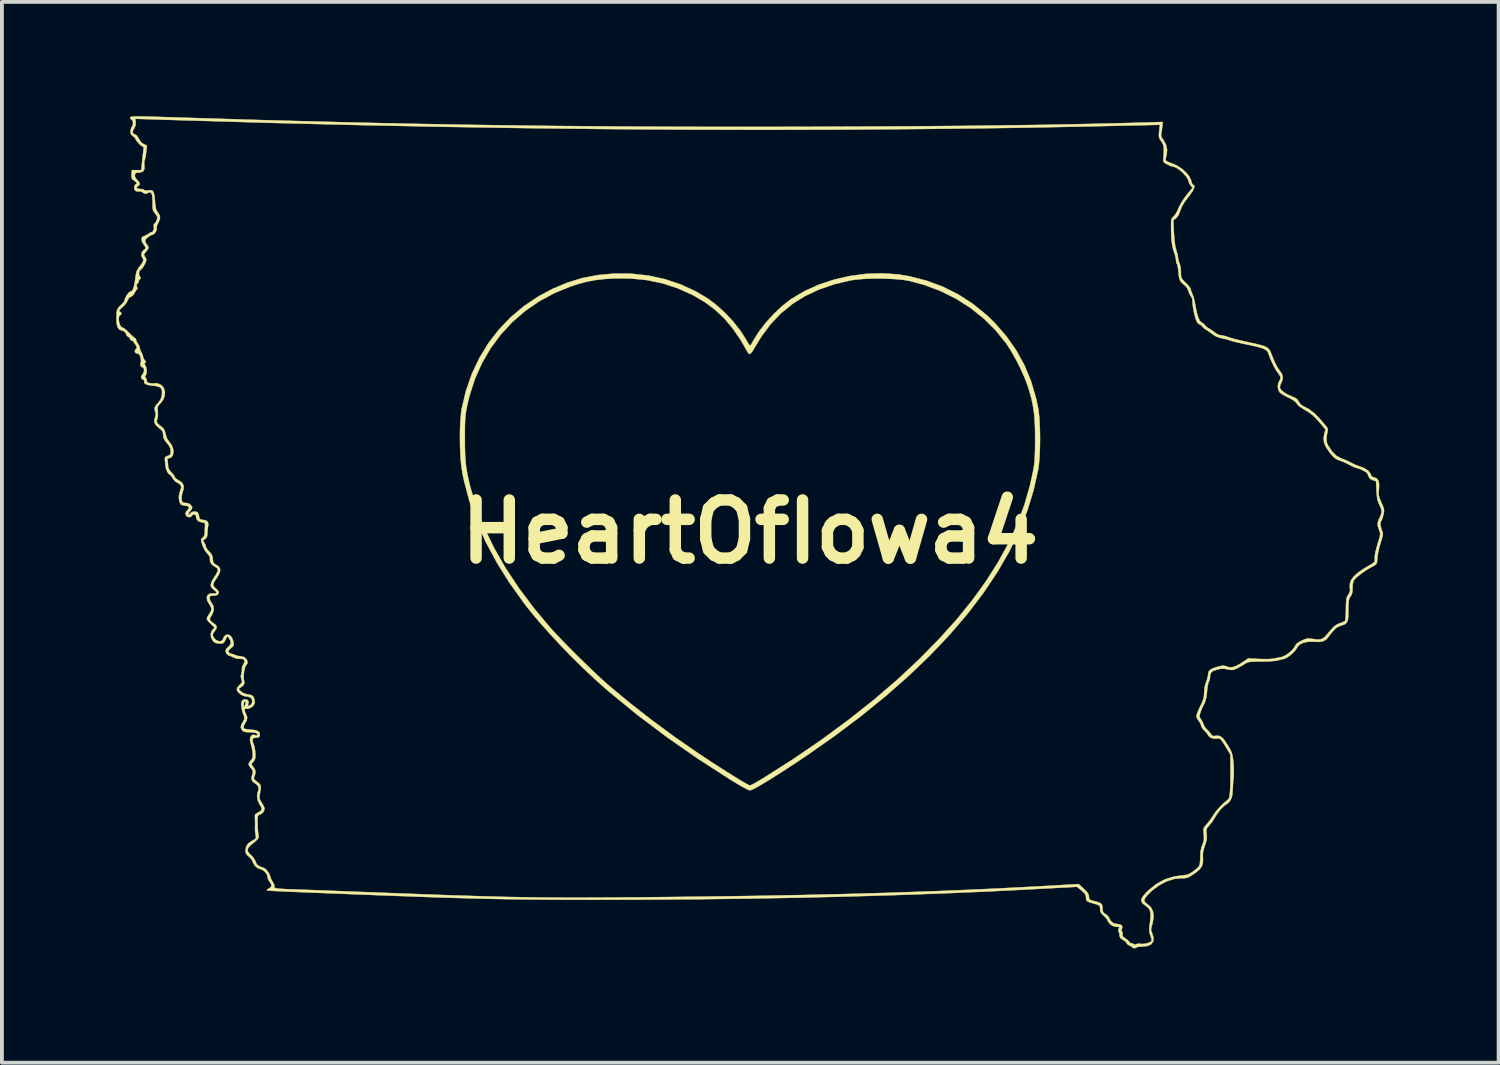
<source format=kicad_pcb>
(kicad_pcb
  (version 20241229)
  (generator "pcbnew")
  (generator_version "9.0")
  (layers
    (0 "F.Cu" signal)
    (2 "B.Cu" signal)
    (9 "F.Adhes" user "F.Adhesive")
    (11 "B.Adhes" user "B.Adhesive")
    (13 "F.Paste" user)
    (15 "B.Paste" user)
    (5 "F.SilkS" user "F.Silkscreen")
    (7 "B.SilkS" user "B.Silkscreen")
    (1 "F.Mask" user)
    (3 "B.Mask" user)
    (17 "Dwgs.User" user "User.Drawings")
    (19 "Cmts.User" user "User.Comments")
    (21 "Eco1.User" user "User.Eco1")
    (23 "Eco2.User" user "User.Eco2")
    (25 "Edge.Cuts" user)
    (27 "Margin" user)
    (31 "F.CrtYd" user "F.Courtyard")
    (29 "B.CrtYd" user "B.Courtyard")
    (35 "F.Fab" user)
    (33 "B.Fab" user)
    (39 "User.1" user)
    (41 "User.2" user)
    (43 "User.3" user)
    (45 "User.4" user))
  (footprint "HeartOfIowa4"
    (layer "F.Cu")
    (at 16.622 10.899)
    (property "Reference" "HeartOfIowa4" (at 0 0 0) (layer "F.SilkS") (effects (font (size 1.524 1.524) (thickness 0.3))))
    (attr through_hole)
    (fp_poly (pts (xy 3.869 -6.754) (xy 4.166 -6.706) (xy 4.627 -6.588) (xy 5.06 -6.428) (xy 5.467 -6.224) (xy 5.849 -5.977) (xy 6.207 -5.685) (xy 6.416 -5.483) (xy 6.721 -5.134) (xy 6.982 -4.763) (xy 7.199 -4.369) (xy 7.372 -3.949) (xy 7.504 -3.501) (xy 7.559 -3.239) (xy 7.581 -3.082) (xy 7.596 -2.887) (xy 7.605 -2.667) (xy 7.608 -2.435) (xy 7.605 -2.202) (xy 7.596 -1.982) (xy 7.58 -1.787) (xy 7.56 -1.638) (xy 7.439 -1.092) (xy 7.273 -0.551) (xy 7.059 -0.013) (xy 6.798 0.522) (xy 6.488 1.057) (xy 6.13 1.593) (xy 5.721 2.131) (xy 5.688 2.172) (xy 5.229 2.707) (xy 4.721 3.242) (xy 4.165 3.775) (xy 3.563 4.305) (xy 2.916 4.831) (xy 2.225 5.351) (xy 1.492 5.865) (xy 1.254 6.024) (xy 0.988 6.199) (xy 0.748 6.354) (xy 0.537 6.487) (xy 0.357 6.597) (xy 0.21 6.683) (xy 0.099 6.743) (xy 0.025 6.775) (xy -0.002 6.782) (xy -0.042 6.769) (xy -0.117 6.732) (xy -0.22 6.676) (xy -0.343 6.605) (xy -0.479 6.523) (xy -0.495 6.513) (xy -1.361 5.954) (xy -2.179 5.385) (xy -2.951 4.804) (xy -3.678 4.21) (xy -3.785 4.118) (xy -4.071 3.863) (xy -4.368 3.583) (xy -4.669 3.287) (xy -4.965 2.982) (xy -5.249 2.676) (xy -5.514 2.378) (xy -5.752 2.095) (xy -5.921 1.88) (xy -6.308 1.338) (xy -6.645 0.799) (xy -6.933 0.262) (xy -7.171 -0.276) (xy -7.362 -0.814) (xy -7.505 -1.356) (xy -7.549 -1.575) (xy -7.574 -1.753) (xy -7.593 -1.966) (xy -7.604 -2.201) (xy -7.608 -2.438) (xy -7.479 -2.438) (xy -7.478 -2.208) (xy -7.472 -2.016) (xy -7.461 -1.848) (xy -7.444 -1.693) (xy -7.418 -1.537) (xy -7.382 -1.368) (xy -7.335 -1.172) (xy -7.327 -1.142) (xy -7.172 -0.623) (xy -6.967 -0.1) (xy -6.711 0.427) (xy -6.407 0.957) (xy -6.054 1.489) (xy -5.653 2.022) (xy -5.239 2.515) (xy -5.104 2.663) (xy -4.939 2.837) (xy -4.752 3.029) (xy -4.552 3.229) (xy -4.347 3.431) (xy -4.145 3.626) (xy -3.954 3.805) (xy -3.783 3.961) (xy -3.683 4.049) (xy -3.139 4.5) (xy -2.561 4.951) (xy -1.961 5.392) (xy -1.356 5.811) (xy -1.346 5.817) (xy -1.17 5.934) (xy -0.989 6.053) (xy -0.808 6.169) (xy -0.633 6.281) (xy -0.469 6.384) (xy -0.322 6.475) (xy -0.196 6.551) (xy -0.097 6.608) (xy -0.031 6.644) (xy -0.003 6.655) (xy 0.031 6.642) (xy 0.099 6.607) (xy 0.192 6.555) (xy 0.302 6.49) (xy 0.345 6.464) (xy 1.13 5.965) (xy 1.88 5.452) (xy 2.591 4.928) (xy 3.262 4.396) (xy 3.888 3.858) (xy 4.454 3.327) (xy 4.959 2.812) (xy 5.416 2.305) (xy 5.825 1.802) (xy 6.187 1.302) (xy 6.504 0.803) (xy 6.778 0.304) (xy 7.008 -0.198) (xy 7.197 -0.706) (xy 7.345 -1.22) (xy 7.433 -1.626) (xy 7.45 -1.73) (xy 7.463 -1.844) (xy 7.471 -1.978) (xy 7.477 -2.141) (xy 7.479 -2.34) (xy 7.479 -2.438) (xy 7.477 -2.704) (xy 7.467 -2.931) (xy 7.449 -3.132) (xy 7.42 -3.318) (xy 7.38 -3.503) (xy 7.326 -3.697) (xy 7.288 -3.816) (xy 7.216 -4.013) (xy 7.119 -4.233) (xy 7.007 -4.461) (xy 6.886 -4.68) (xy 6.766 -4.875) (xy 6.713 -4.952) (xy 6.439 -5.291) (xy 6.127 -5.6) (xy 5.78 -5.875) (xy 5.403 -6.115) (xy 4.999 -6.316) (xy 4.573 -6.476) (xy 4.176 -6.583) (xy 4.019 -6.609) (xy 3.825 -6.627) (xy 3.606 -6.639) (xy 3.376 -6.644) (xy 3.148 -6.641) (xy 2.934 -6.63) (xy 2.747 -6.612) (xy 2.648 -6.597) (xy 2.209 -6.493) (xy 1.808 -6.355) (xy 1.442 -6.183) (xy 1.11 -5.975) (xy 0.81 -5.73) (xy 0.54 -5.446) (xy 0.299 -5.123) (xy 0.152 -4.882) (xy 0.086 -4.77) (xy 0.037 -4.699) (xy 0.001 -4.666) (xy -0.028 -4.667) (xy -0.052 -4.697) (xy -0.054 -4.701) (xy -0.252 -5.043) (xy -0.457 -5.341) (xy -0.676 -5.599) (xy -0.913 -5.823) (xy -1.174 -6.018) (xy -1.464 -6.19) (xy -1.514 -6.216) (xy -1.902 -6.39) (xy -2.298 -6.519) (xy -2.706 -6.603) (xy -3.134 -6.645) (xy -3.531 -6.647) (xy -3.809 -6.631) (xy -4.054 -6.603) (xy -4.285 -6.56) (xy -4.518 -6.497) (xy -4.701 -6.437) (xy -5.13 -6.262) (xy -5.53 -6.046) (xy -5.899 -5.791) (xy -6.236 -5.5) (xy -6.537 -5.175) (xy -6.801 -4.818) (xy -7.027 -4.431) (xy -7.213 -4.017) (xy -7.356 -3.576) (xy -7.422 -3.296) (xy -7.442 -3.192) (xy -7.457 -3.096) (xy -7.467 -2.997) (xy -7.474 -2.886) (xy -7.478 -2.751) (xy -7.479 -2.583) (xy -7.479 -2.438) (xy -7.608 -2.438) (xy -7.608 -2.446) (xy -7.606 -2.688) (xy -7.595 -2.914) (xy -7.578 -3.113) (xy -7.56 -3.239) (xy -7.449 -3.702) (xy -7.296 -4.142) (xy -7.099 -4.557) (xy -6.863 -4.945) (xy -6.587 -5.303) (xy -6.275 -5.629) (xy -5.927 -5.921) (xy -5.546 -6.177) (xy -5.194 -6.365) (xy -4.797 -6.533) (xy -4.401 -6.655) (xy -3.995 -6.734) (xy -3.569 -6.773) (xy -3.112 -6.77) (xy -2.665 -6.721) (xy -2.231 -6.626) (xy -1.815 -6.487) (xy -1.421 -6.306) (xy -1.118 -6.126) (xy -0.888 -5.954) (xy -0.661 -5.749) (xy -0.447 -5.522) (xy -0.259 -5.284) (xy -0.107 -5.049) (xy -0.096 -5.029) (xy -0.052 -4.953) (xy -0.018 -4.899) (xy -0.000115 -4.877) (xy 0 -4.877) (xy 0.018 -4.898) (xy 0.052 -4.952) (xy 0.094 -5.026) (xy 0.238 -5.255) (xy 0.418 -5.488) (xy 0.623 -5.713) (xy 0.841 -5.919) (xy 1.062 -6.092) (xy 1.094 -6.114) (xy 1.436 -6.316) (xy 1.808 -6.483) (xy 2.205 -6.615) (xy 2.616 -6.709) (xy 3.036 -6.765) (xy 3.456 -6.78) (xy 3.869 -6.754)) (stroke (width 0.01) (type solid)) (fill yes) (layer "F.SilkS"))
    (fp_poly (pts (xy -15.988 -10.894) (xy -15.871 -10.892) (xy -15.724 -10.889) (xy -15.545 -10.884) (xy -15.329 -10.877) (xy -15.073 -10.87) (xy -14.774 -10.86) (xy -14.428 -10.849) (xy -14.338 -10.847) (xy -13.126 -10.809) (xy -11.945 -10.776) (xy -10.79 -10.746) (xy -9.655 -10.719) (xy -8.532 -10.696) (xy -7.416 -10.676) (xy -6.301 -10.66) (xy -5.18 -10.646) (xy -4.046 -10.636) (xy -2.894 -10.628) (xy -1.716 -10.623) (xy -0.507 -10.621) (xy 0.739 -10.622) (xy 2.03 -10.625) (xy 2.083 -10.626) (xy 3.02 -10.63) (xy 3.908 -10.634) (xy 4.75 -10.64) (xy 5.55 -10.647) (xy 6.308 -10.656) (xy 7.027 -10.665) (xy 7.711 -10.675) (xy 8.361 -10.687) (xy 8.98 -10.7) (xy 9.57 -10.714) (xy 10.134 -10.729) (xy 10.259 -10.733) (xy 10.827 -10.75) (xy 10.813 -10.614) (xy 10.802 -10.526) (xy 10.79 -10.453) (xy 10.783 -10.426) (xy 10.786 -10.37) (xy 10.829 -10.296) (xy 10.843 -10.278) (xy 10.912 -10.154) (xy 10.941 -10.017) (xy 10.926 -9.881) (xy 10.922 -9.869) (xy 10.906 -9.8) (xy 10.903 -9.75) (xy 10.905 -9.744) (xy 10.934 -9.719) (xy 10.997 -9.689) (xy 11.06 -9.666) (xy 11.194 -9.609) (xy 11.321 -9.528) (xy 11.431 -9.432) (xy 11.517 -9.329) (xy 11.569 -9.228) (xy 11.581 -9.166) (xy 11.603 -9.121) (xy 11.62 -9.109) (xy 11.655 -9.077) (xy 11.651 -9.018) (xy 11.608 -8.932) (xy 11.525 -8.816) (xy 11.497 -8.781) (xy 11.399 -8.65) (xy 11.332 -8.538) (xy 11.289 -8.429) (xy 11.289 -8.429) (xy 11.241 -8.307) (xy 11.182 -8.231) (xy 11.173 -8.223) (xy 11.103 -8.172) (xy 11.118 -7.851) (xy 11.133 -7.649) (xy 11.155 -7.49) (xy 11.18 -7.394) (xy 11.206 -7.304) (xy 11.223 -7.223) (xy 11.227 -7.187) (xy 11.239 -7.113) (xy 11.265 -7.045) (xy 11.287 -6.975) (xy 11.3 -6.876) (xy 11.303 -6.813) (xy 11.304 -6.728) (xy 11.314 -6.67) (xy 11.341 -6.623) (xy 11.392 -6.568) (xy 11.43 -6.53) (xy 11.494 -6.464) (xy 11.539 -6.408) (xy 11.557 -6.374) (xy 11.557 -6.374) (xy 11.567 -6.332) (xy 11.592 -6.265) (xy 11.604 -6.237) (xy 11.632 -6.159) (xy 11.66 -6.053) (xy 11.681 -5.947) (xy 11.717 -5.758) (xy 11.758 -5.618) (xy 11.804 -5.527) (xy 11.853 -5.485) (xy 11.906 -5.452) (xy 11.929 -5.422) (xy 11.961 -5.385) (xy 12.018 -5.345) (xy 12.024 -5.342) (xy 12.096 -5.298) (xy 12.173 -5.24) (xy 12.187 -5.229) (xy 12.269 -5.175) (xy 12.344 -5.156) (xy 12.412 -5.147) (xy 12.499 -5.123) (xy 12.543 -5.107) (xy 12.611 -5.085) (xy 12.716 -5.056) (xy 12.849 -5.023) (xy 12.996 -4.989) (xy 13.094 -4.968) (xy 13.268 -4.93) (xy 13.4 -4.897) (xy 13.496 -4.866) (xy 13.563 -4.832) (xy 13.609 -4.793) (xy 13.642 -4.745) (xy 13.666 -4.69) (xy 13.738 -4.508) (xy 13.804 -4.367) (xy 13.861 -4.27) (xy 13.885 -4.24) (xy 13.955 -4.137) (xy 13.977 -4.033) (xy 13.95 -3.933) (xy 13.942 -3.92) (xy 13.91 -3.851) (xy 13.898 -3.788) (xy 13.898 -3.78) (xy 13.928 -3.725) (xy 13.997 -3.664) (xy 14.096 -3.603) (xy 14.214 -3.55) (xy 14.231 -3.543) (xy 14.316 -3.505) (xy 14.367 -3.46) (xy 14.391 -3.416) (xy 14.443 -3.342) (xy 14.5 -3.303) (xy 14.663 -3.216) (xy 14.821 -3.095) (xy 14.953 -2.958) (xy 15.019 -2.878) (xy 15.079 -2.808) (xy 15.12 -2.763) (xy 15.122 -2.761) (xy 15.156 -2.698) (xy 15.153 -2.645) (xy 15.126 -2.513) (xy 15.12 -2.414) (xy 15.133 -2.333) (xy 15.159 -2.271) (xy 15.263 -2.11) (xy 15.385 -1.991) (xy 15.522 -1.919) (xy 15.525 -1.918) (xy 15.624 -1.881) (xy 15.723 -1.836) (xy 15.76 -1.816) (xy 15.85 -1.771) (xy 15.945 -1.733) (xy 15.964 -1.727) (xy 16.113 -1.669) (xy 16.216 -1.603) (xy 16.272 -1.529) (xy 16.277 -1.513) (xy 16.305 -1.453) (xy 16.355 -1.429) (xy 16.366 -1.427) (xy 16.439 -1.402) (xy 16.483 -1.343) (xy 16.502 -1.247) (xy 16.497 -1.119) (xy 16.49 -1.024) (xy 16.493 -0.953) (xy 16.51 -0.886) (xy 16.545 -0.801) (xy 16.562 -0.763) (xy 16.604 -0.67) (xy 16.626 -0.606) (xy 16.632 -0.552) (xy 16.624 -0.492) (xy 16.614 -0.445) (xy 16.593 -0.366) (xy 16.571 -0.309) (xy 16.559 -0.291) (xy 16.539 -0.252) (xy 16.538 -0.181) (xy 16.555 -0.094) (xy 16.575 -0.039) (xy 16.595 0.017) (xy 16.601 0.065) (xy 16.59 0.125) (xy 16.565 0.212) (xy 16.513 0.386) (xy 16.478 0.528) (xy 16.459 0.649) (xy 16.453 0.724) (xy 16.446 0.801) (xy 16.428 0.847) (xy 16.387 0.879) (xy 16.345 0.902) (xy 16.237 0.961) (xy 16.123 1.034) (xy 16.015 1.11) (xy 15.924 1.183) (xy 15.86 1.244) (xy 15.842 1.268) (xy 15.81 1.362) (xy 15.804 1.483) (xy 15.8 1.59) (xy 15.778 1.657) (xy 15.77 1.668) (xy 15.737 1.714) (xy 15.715 1.767) (xy 15.702 1.837) (xy 15.696 1.937) (xy 15.696 2.076) (xy 15.696 2.076) (xy 15.694 2.214) (xy 15.682 2.311) (xy 15.657 2.377) (xy 15.612 2.42) (xy 15.543 2.449) (xy 15.5 2.462) (xy 15.425 2.491) (xy 15.367 2.527) (xy 15.36 2.533) (xy 15.283 2.618) (xy 15.23 2.679) (xy 15.192 2.73) (xy 15.174 2.755) (xy 15.108 2.83) (xy 15.023 2.874) (xy 14.908 2.889) (xy 14.798 2.884) (xy 14.646 2.883) (xy 14.517 2.908) (xy 14.418 2.956) (xy 14.356 3.024) (xy 14.35 3.038) (xy 14.308 3.106) (xy 14.236 3.182) (xy 14.15 3.255) (xy 14.066 3.31) (xy 14.01 3.332) (xy 13.932 3.35) (xy 13.843 3.372) (xy 13.83 3.376) (xy 13.766 3.386) (xy 13.664 3.395) (xy 13.539 3.401) (xy 13.404 3.403) (xy 13.399 3.403) (xy 13.259 3.404) (xy 13.16 3.408) (xy 13.091 3.416) (xy 13.043 3.429) (xy 13.004 3.448) (xy 12.992 3.456) (xy 12.924 3.498) (xy 12.836 3.548) (xy 12.791 3.573) (xy 12.715 3.609) (xy 12.658 3.624) (xy 12.594 3.621) (xy 12.523 3.607) (xy 12.426 3.591) (xy 12.345 3.593) (xy 12.251 3.614) (xy 12.238 3.618) (xy 12.146 3.652) (xy 12.094 3.693) (xy 12.07 3.757) (xy 12.065 3.837) (xy 12.054 3.898) (xy 12.036 3.931) (xy 12.021 3.968) (xy 12.005 4.042) (xy 11.992 4.141) (xy 11.988 4.189) (xy 11.968 4.346) (xy 11.939 4.458) (xy 11.919 4.501) (xy 11.88 4.576) (xy 11.84 4.67) (xy 11.823 4.715) (xy 11.798 4.791) (xy 11.791 4.839) (xy 11.802 4.876) (xy 11.831 4.92) (xy 11.873 4.992) (xy 11.901 5.062) (xy 11.901 5.063) (xy 11.933 5.127) (xy 11.986 5.186) (xy 11.988 5.188) (xy 12.047 5.245) (xy 12.089 5.304) (xy 12.09 5.305) (xy 12.118 5.344) (xy 12.16 5.357) (xy 12.218 5.352) (xy 12.285 5.349) (xy 12.341 5.365) (xy 12.394 5.405) (xy 12.452 5.476) (xy 12.523 5.586) (xy 12.536 5.607) (xy 12.594 5.705) (xy 12.631 5.783) (xy 12.654 5.859) (xy 12.669 5.952) (xy 12.679 6.045) (xy 12.688 6.173) (xy 12.691 6.302) (xy 12.688 6.411) (xy 12.685 6.439) (xy 12.674 6.55) (xy 12.666 6.679) (xy 12.662 6.769) (xy 12.647 6.919) (xy 12.611 7.029) (xy 12.55 7.109) (xy 12.492 7.148) (xy 12.418 7.204) (xy 12.334 7.292) (xy 12.253 7.397) (xy 12.186 7.506) (xy 12.181 7.514) (xy 12.138 7.584) (xy 12.077 7.664) (xy 12.049 7.697) (xy 11.997 7.758) (xy 11.973 7.807) (xy 11.969 7.865) (xy 11.976 7.93) (xy 11.982 8.021) (xy 11.971 8.106) (xy 11.94 8.208) (xy 11.931 8.23) (xy 11.894 8.345) (xy 11.879 8.445) (xy 11.881 8.552) (xy 11.881 8.67) (xy 11.855 8.765) (xy 11.798 8.849) (xy 11.703 8.932) (xy 11.628 8.984) (xy 11.542 9.039) (xy 11.477 9.071) (xy 11.414 9.085) (xy 11.334 9.087) (xy 11.303 9.087) (xy 11.124 9.106) (xy 10.934 9.166) (xy 10.746 9.263) (xy 10.569 9.392) (xy 10.509 9.445) (xy 10.414 9.542) (xy 10.359 9.616) (xy 10.342 9.673) (xy 10.36 9.718) (xy 10.413 9.758) (xy 10.414 9.758) (xy 10.512 9.841) (xy 10.57 9.953) (xy 10.587 10.092) (xy 10.563 10.255) (xy 10.549 10.303) (xy 10.526 10.383) (xy 10.52 10.438) (xy 10.531 10.488) (xy 10.551 10.536) (xy 10.586 10.654) (xy 10.575 10.749) (xy 10.522 10.821) (xy 10.427 10.864) (xy 10.301 10.878) (xy 10.221 10.882) (xy 10.163 10.891) (xy 10.145 10.9) (xy 10.115 10.917) (xy 10.07 10.921) (xy 10.037 10.911) (xy 10.033 10.902) (xy 10.012 10.881) (xy 9.961 10.855) (xy 9.957 10.854) (xy 9.904 10.824) (xy 9.881 10.792) (xy 9.881 10.791) (xy 9.86 10.759) (xy 9.809 10.719) (xy 9.785 10.705) (xy 9.717 10.657) (xy 9.695 10.611) (xy 9.696 10.604) (xy 9.689 10.542) (xy 9.673 10.497) (xy 9.658 10.442) (xy 9.677 10.402) (xy 9.692 10.376) (xy 9.672 10.365) (xy 9.62 10.363) (xy 9.526 10.343) (xy 9.443 10.291) (xy 9.389 10.218) (xy 9.384 10.204) (xy 9.355 10.153) (xy 9.302 10.092) (xy 9.275 10.067) (xy 9.215 10.007) (xy 9.188 9.951) (xy 9.182 9.892) (xy 9.18 9.84) (xy 9.167 9.807) (xy 9.13 9.785) (xy 9.059 9.763) (xy 9.029 9.755) (xy 8.926 9.725) (xy 8.862 9.699) (xy 8.828 9.671) (xy 8.816 9.632) (xy 8.814 9.59) (xy 8.806 9.534) (xy 8.778 9.485) (xy 8.718 9.428) (xy 8.696 9.409) (xy 8.577 9.312) (xy 7.292 9.381) (xy 6.176 9.437) (xy 5.013 9.486) (xy 3.808 9.529) (xy 2.565 9.566) (xy 1.287 9.597) (xy -0.021 9.62) (xy -1.356 9.638) (xy -2.713 9.648) (xy -4.088 9.652) (xy -4.153 9.652) (xy -4.565 9.651) (xy -4.953 9.65) (xy -5.322 9.648) (xy -5.678 9.645) (xy -6.025 9.641) (xy -6.37 9.636) (xy -6.717 9.629) (xy -7.073 9.621) (xy -7.441 9.611) (xy -7.829 9.6) (xy -8.24 9.587) (xy -8.68 9.572) (xy -9.156 9.554) (xy -9.671 9.535) (xy -10.231 9.513) (xy -10.236 9.513) (xy -10.642 9.497) (xy -11 9.483) (xy -11.314 9.47) (xy -11.586 9.46) (xy -11.818 9.45) (xy -12.015 9.442) (xy -12.18 9.435) (xy -12.314 9.429) (xy -12.422 9.424) (xy -12.505 9.42) (xy -12.568 9.416) (xy -12.613 9.413) (xy -12.643 9.41) (xy -12.661 9.407) (xy -12.671 9.404) (xy -12.674 9.401) (xy -12.675 9.398) (xy -12.654 9.376) (xy -12.611 9.352) (xy -12.559 9.308) (xy -12.553 9.25) (xy -12.593 9.187) (xy -12.598 9.182) (xy -12.637 9.124) (xy -12.649 9.074) (xy -12.67 8.992) (xy -12.724 8.916) (xy -12.794 8.865) (xy -12.821 8.857) (xy -12.917 8.818) (xy -12.994 8.752) (xy -13.037 8.67) (xy -13.039 8.664) (xy -13.073 8.593) (xy -13.139 8.524) (xy -13.143 8.521) (xy -13.203 8.467) (xy -13.229 8.413) (xy -13.233 8.359) (xy -13.215 8.255) (xy -13.158 8.172) (xy -13.055 8.102) (xy -13.051 8.1) (xy -12.988 8.065) (xy -12.961 8.035) (xy -12.96 7.991) (xy -12.967 7.955) (xy -12.979 7.876) (xy -12.983 7.809) (xy -12.983 7.804) (xy -12.981 7.627) (xy -12.986 7.494) (xy -12.985 7.434) (xy -12.962 7.397) (xy -12.905 7.364) (xy -12.897 7.36) (xy -12.832 7.321) (xy -12.807 7.279) (xy -12.82 7.222) (xy -12.865 7.148) (xy -12.913 7.043) (xy -12.929 6.929) (xy -12.911 6.826) (xy -12.901 6.803) (xy -12.884 6.725) (xy -12.914 6.652) (xy -12.979 6.599) (xy -13.048 6.548) (xy -13.075 6.488) (xy -13.065 6.406) (xy -13.055 6.375) (xy -13.037 6.309) (xy -13.043 6.263) (xy -13.077 6.213) (xy -13.09 6.197) (xy -13.138 6.136) (xy -13.152 6.093) (xy -13.133 6.049) (xy -13.094 6) (xy -13.058 5.949) (xy -13.042 5.897) (xy -13.043 5.824) (xy -13.046 5.788) (xy -13.061 5.689) (xy -13.084 5.593) (xy -13.095 5.557) (xy -13.115 5.467) (xy -13.107 5.391) (xy -13.076 5.339) (xy -13.027 5.32) (xy -12.983 5.332) (xy -12.935 5.346) (xy -12.915 5.329) (xy -12.932 5.292) (xy -12.978 5.27) (xy -13.068 5.259) (xy -13.118 5.258) (xy -13.218 5.254) (xy -13.28 5.239) (xy -13.318 5.211) (xy -13.356 5.139) (xy -13.344 5.059) (xy -13.31 5.004) (xy -13.265 4.919) (xy -13.269 4.835) (xy -13.285 4.8) (xy -13.305 4.747) (xy -13.326 4.667) (xy -13.335 4.621) (xy -13.343 4.542) (xy -13.283 4.542) (xy -13.282 4.61) (xy -13.247 4.547) (xy -13.226 4.495) (xy -13.225 4.464) (xy -13.249 4.452) (xy -13.271 4.477) (xy -13.283 4.529) (xy -13.283 4.542) (xy -13.343 4.542) (xy -13.346 4.506) (xy -13.326 4.432) (xy -13.277 4.397) (xy -13.25 4.394) (xy -13.18 4.41) (xy -13.15 4.455) (xy -13.158 4.512) (xy -13.172 4.559) (xy -13.156 4.569) (xy -13.106 4.546) (xy -13.105 4.546) (xy -13.066 4.5) (xy -13.055 4.435) (xy -13.074 4.373) (xy -13.105 4.344) (xy -13.168 4.324) (xy -13.223 4.318) (xy -13.293 4.301) (xy -13.367 4.259) (xy -13.428 4.204) (xy -13.46 4.148) (xy -13.462 4.134) (xy -13.444 4.084) (xy -13.398 4.027) (xy -13.385 4.015) (xy -13.337 3.969) (xy -13.322 3.933) (xy -13.334 3.883) (xy -13.339 3.869) (xy -13.357 3.792) (xy -13.342 3.726) (xy -13.342 3.725) (xy -13.325 3.657) (xy -13.327 3.608) (xy -13.321 3.54) (xy -13.289 3.481) (xy -13.257 3.411) (xy -13.267 3.358) (xy -13.317 3.332) (xy -13.374 3.334) (xy -13.463 3.328) (xy -13.536 3.299) (xy -13.6 3.269) (xy -13.648 3.252) (xy -13.655 3.251) (xy -13.691 3.234) (xy -13.727 3.202) (xy -13.757 3.138) (xy -13.74 3.072) (xy -13.677 3.012) (xy -13.625 2.952) (xy -13.619 2.878) (xy -13.658 2.797) (xy -13.662 2.791) (xy -13.71 2.732) (xy -13.758 2.833) (xy -13.792 2.896) (xy -13.827 2.925) (xy -13.884 2.932) (xy -13.918 2.931) (xy -14.002 2.921) (xy -14.061 2.889) (xy -14.089 2.86) (xy -14.137 2.771) (xy -14.144 2.675) (xy -14.11 2.587) (xy -14.095 2.569) (xy -14.041 2.511) (xy -14.145 2.415) (xy -14.203 2.356) (xy -14.241 2.305) (xy -14.249 2.282) (xy -14.235 2.239) (xy -14.2 2.178) (xy -14.186 2.159) (xy -14.136 2.075) (xy -14.128 2.004) (xy -14.161 1.929) (xy -14.186 1.895) (xy -14.237 1.803) (xy -14.249 1.721) (xy -14.224 1.657) (xy -14.167 1.621) (xy -14.084 1.618) (xy -14.018 1.618) (xy -13.994 1.597) (xy -14.014 1.559) (xy -14.072 1.515) (xy -14.129 1.463) (xy -14.146 1.395) (xy -14.121 1.307) (xy -14.063 1.206) (xy -13.998 1.105) (xy -13.963 1.034) (xy -13.958 0.986) (xy -13.98 0.952) (xy -14.013 0.931) (xy -14.111 0.864) (xy -14.161 0.789) (xy -14.166 0.721) (xy -14.167 0.666) (xy -14.199 0.611) (xy -14.236 0.57) (xy -14.303 0.481) (xy -14.357 0.366) (xy -14.365 0.342) (xy -14.39 0.261) (xy -14.398 0.214) (xy -14.39 0.186) (xy -14.364 0.162) (xy -14.356 0.156) (xy -14.318 0.111) (xy -14.302 0.042) (xy -14.301 0) (xy -14.299 -0.086) (xy -14.295 -0.162) (xy -14.294 -0.178) (xy -14.296 -0.221) (xy -14.324 -0.241) (xy -14.376 -0.249) (xy -14.466 -0.275) (xy -14.517 -0.334) (xy -14.529 -0.399) (xy -14.547 -0.444) (xy -14.587 -0.459) (xy -14.627 -0.439) (xy -14.64 -0.417) (xy -14.677 -0.387) (xy -14.726 -0.386) (xy -14.783 -0.412) (xy -14.807 -0.463) (xy -14.796 -0.522) (xy -14.756 -0.567) (xy -14.715 -0.613) (xy -14.72 -0.654) (xy -14.767 -0.68) (xy -14.817 -0.686) (xy -14.885 -0.696) (xy -14.933 -0.721) (xy -14.934 -0.723) (xy -14.969 -0.798) (xy -14.981 -0.899) (xy -14.968 -1.007) (xy -14.947 -1.07) (xy -14.918 -1.158) (xy -14.93 -1.221) (xy -14.987 -1.271) (xy -15.029 -1.292) (xy -15.095 -1.341) (xy -15.146 -1.41) (xy -15.148 -1.413) (xy -15.18 -1.469) (xy -15.209 -1.498) (xy -15.214 -1.499) (xy -15.251 -1.521) (xy -15.289 -1.58) (xy -15.318 -1.659) (xy -15.332 -1.734) (xy -15.34 -1.818) (xy -15.347 -1.893) (xy -15.349 -1.905) (xy -15.343 -1.953) (xy -15.305 -1.981) (xy -15.273 -1.992) (xy -15.22 -2.013) (xy -15.198 -2.047) (xy -15.194 -2.111) (xy -15.194 -2.115) (xy -15.204 -2.188) (xy -15.238 -2.257) (xy -15.294 -2.328) (xy -15.355 -2.407) (xy -15.385 -2.473) (xy -15.392 -2.539) (xy -15.398 -2.604) (xy -15.424 -2.653) (xy -15.479 -2.706) (xy -15.496 -2.72) (xy -15.58 -2.796) (xy -15.621 -2.865) (xy -15.623 -2.938) (xy -15.606 -2.992) (xy -15.586 -3.08) (xy -15.597 -3.139) (xy -15.617 -3.208) (xy -15.612 -3.262) (xy -15.578 -3.32) (xy -15.528 -3.379) (xy -15.465 -3.461) (xy -15.434 -3.541) (xy -15.425 -3.601) (xy -15.423 -3.696) (xy -15.444 -3.76) (xy -15.494 -3.8) (xy -15.582 -3.823) (xy -15.669 -3.834) (xy -15.79 -3.851) (xy -15.864 -3.879) (xy -15.893 -3.918) (xy -15.889 -3.954) (xy -15.901 -3.983) (xy -15.928 -3.996) (xy -15.969 -4.025) (xy -15.97 -4.076) (xy -15.931 -4.135) (xy -15.929 -4.137) (xy -15.9 -4.188) (xy -15.893 -4.247) (xy -15.906 -4.297) (xy -15.938 -4.318) (xy -15.939 -4.318) (xy -15.975 -4.339) (xy -15.991 -4.387) (xy -15.981 -4.437) (xy -15.973 -4.486) (xy -15.982 -4.558) (xy -15.986 -4.574) (xy -16.011 -4.642) (xy -16.043 -4.67) (xy -16.068 -4.674) (xy -16.122 -4.692) (xy -16.14 -4.734) (xy -16.116 -4.785) (xy -16.115 -4.785) (xy -16.089 -4.815) (xy -16.083 -4.841) (xy -16.1 -4.88) (xy -16.142 -4.943) (xy -16.179 -4.994) (xy -16.202 -5.018) (xy -16.205 -5.017) (xy -16.221 -5.014) (xy -16.243 -5.029) (xy -16.269 -5.063) (xy -16.269 -5.08) (xy -16.279 -5.101) (xy -16.307 -5.113) (xy -16.348 -5.142) (xy -16.358 -5.17) (xy -16.379 -5.223) (xy -16.431 -5.266) (xy -16.485 -5.282) (xy -16.545 -5.307) (xy -16.59 -5.372) (xy -16.614 -5.469) (xy -16.617 -5.521) (xy -16.617 -5.582) (xy -16.558 -5.582) (xy -16.549 -5.505) (xy -16.528 -5.431) (xy -16.497 -5.378) (xy -16.463 -5.359) (xy -16.425 -5.342) (xy -16.365 -5.296) (xy -16.296 -5.23) (xy -16.286 -5.22) (xy -16.219 -5.153) (xy -16.164 -5.103) (xy -16.131 -5.081) (xy -16.129 -5.08) (xy -16.107 -5.059) (xy -16.104 -5.04) (xy -16.089 -4.992) (xy -16.053 -4.935) (xy -16.053 -4.935) (xy -16.016 -4.87) (xy -16.002 -4.811) (xy -15.994 -4.76) (xy -15.98 -4.739) (xy -15.961 -4.709) (xy -15.937 -4.646) (xy -15.926 -4.611) (xy -15.903 -4.543) (xy -15.88 -4.502) (xy -15.872 -4.496) (xy -15.852 -4.475) (xy -15.85 -4.458) (xy -15.865 -4.424) (xy -15.879 -4.42) (xy -15.888 -4.405) (xy -15.866 -4.373) (xy -15.837 -4.314) (xy -15.825 -4.232) (xy -15.83 -4.151) (xy -15.854 -4.094) (xy -15.856 -4.091) (xy -15.875 -4.061) (xy -15.856 -4.046) (xy -15.831 -4.015) (xy -15.824 -3.974) (xy -15.814 -3.93) (xy -15.773 -3.906) (xy -15.737 -3.898) (xy -15.672 -3.89) (xy -15.629 -3.894) (xy -15.627 -3.895) (xy -15.589 -3.898) (xy -15.525 -3.888) (xy -15.509 -3.883) (xy -15.424 -3.837) (xy -15.37 -3.76) (xy -15.346 -3.663) (xy -15.355 -3.557) (xy -15.398 -3.453) (xy -15.459 -3.376) (xy -15.512 -3.321) (xy -15.536 -3.276) (xy -15.539 -3.219) (xy -15.533 -3.16) (xy -15.529 -3.055) (xy -15.543 -2.974) (xy -15.546 -2.966) (xy -15.562 -2.903) (xy -15.543 -2.848) (xy -15.483 -2.791) (xy -15.445 -2.764) (xy -15.39 -2.718) (xy -15.356 -2.662) (xy -15.332 -2.576) (xy -15.33 -2.565) (xy -15.291 -2.444) (xy -15.229 -2.354) (xy -15.224 -2.349) (xy -15.165 -2.269) (xy -15.132 -2.178) (xy -15.123 -2.087) (xy -15.14 -2.009) (xy -15.18 -1.953) (xy -15.244 -1.93) (xy -15.247 -1.93) (xy -15.282 -1.919) (xy -15.281 -1.89) (xy -15.271 -1.839) (xy -15.266 -1.765) (xy -15.265 -1.75) (xy -15.257 -1.675) (xy -15.224 -1.613) (xy -15.177 -1.56) (xy -15.125 -1.502) (xy -15.093 -1.453) (xy -15.088 -1.436) (xy -15.067 -1.404) (xy -15.014 -1.366) (xy -14.992 -1.355) (xy -14.899 -1.29) (xy -14.854 -1.211) (xy -14.857 -1.117) (xy -14.871 -1.078) (xy -14.897 -0.99) (xy -14.908 -0.9) (xy -14.904 -0.823) (xy -14.883 -0.775) (xy -14.878 -0.77) (xy -14.827 -0.757) (xy -14.8 -0.758) (xy -14.74 -0.749) (xy -14.679 -0.714) (xy -14.638 -0.666) (xy -14.63 -0.638) (xy -14.648 -0.587) (xy -14.681 -0.546) (xy -14.719 -0.497) (xy -14.731 -0.46) (xy -14.723 -0.44) (xy -14.7 -0.462) (xy -14.689 -0.476) (xy -14.636 -0.519) (xy -14.567 -0.534) (xy -14.504 -0.519) (xy -14.483 -0.502) (xy -14.461 -0.454) (xy -14.448 -0.394) (xy -14.435 -0.341) (xy -14.401 -0.319) (xy -14.357 -0.315) (xy -14.265 -0.296) (xy -14.216 -0.251) (xy -14.208 -0.179) (xy -14.211 -0.167) (xy -14.222 -0.093) (xy -14.23 0.001) (xy -14.232 0.035) (xy -14.239 0.114) (xy -14.259 0.161) (xy -14.306 0.198) (xy -14.347 0.221) (xy -14.341 0.242) (xy -14.315 0.283) (xy -14.285 0.343) (xy -14.275 0.388) (xy -14.257 0.432) (xy -14.213 0.49) (xy -14.187 0.516) (xy -14.127 0.582) (xy -14.099 0.651) (xy -14.092 0.711) (xy -14.082 0.786) (xy -14.058 0.829) (xy -14.011 0.86) (xy -14.008 0.861) (xy -13.929 0.914) (xy -13.895 0.98) (xy -13.905 1.063) (xy -13.959 1.168) (xy -13.969 1.184) (xy -14.033 1.279) (xy -14.07 1.344) (xy -14.082 1.388) (xy -14.07 1.424) (xy -14.036 1.462) (xy -14.009 1.487) (xy -13.954 1.542) (xy -13.933 1.58) (xy -13.939 1.615) (xy -13.944 1.624) (xy -13.98 1.661) (xy -14.044 1.676) (xy -14.072 1.676) (xy -14.137 1.68) (xy -14.166 1.696) (xy -14.173 1.736) (xy -14.173 1.745) (xy -14.156 1.812) (xy -14.117 1.872) (xy -14.071 1.956) (xy -14.065 2.055) (xy -14.099 2.155) (xy -14.117 2.183) (xy -14.162 2.257) (xy -14.165 2.312) (xy -14.125 2.36) (xy -14.087 2.386) (xy -14.013 2.442) (xy -13.986 2.495) (xy -14.003 2.554) (xy -14.033 2.595) (xy -14.082 2.663) (xy -14.092 2.717) (xy -14.065 2.775) (xy -14.044 2.803) (xy -13.988 2.85) (xy -13.922 2.871) (xy -13.864 2.864) (xy -13.829 2.828) (xy -13.828 2.826) (xy -13.795 2.748) (xy -13.753 2.709) (xy -13.709 2.697) (xy -13.642 2.713) (xy -13.589 2.773) (xy -13.553 2.872) (xy -13.547 2.903) (xy -13.543 2.966) (xy -13.564 3.01) (xy -13.612 3.05) (xy -13.673 3.107) (xy -13.686 3.151) (xy -13.649 3.182) (xy -13.621 3.191) (xy -13.548 3.214) (xy -13.5 3.235) (xy -13.44 3.254) (xy -13.363 3.265) (xy -13.354 3.265) (xy -13.274 3.284) (xy -13.215 3.331) (xy -13.182 3.392) (xy -13.184 3.455) (xy -13.218 3.503) (xy -13.242 3.545) (xy -13.263 3.616) (xy -13.268 3.652) (xy -13.278 3.738) (xy -13.282 3.794) (xy -13.28 3.84) (xy -13.272 3.895) (xy -13.269 3.915) (xy -13.264 3.979) (xy -13.284 4.022) (xy -13.334 4.064) (xy -13.415 4.121) (xy -13.358 4.181) (xy -13.293 4.227) (xy -13.214 4.256) (xy -13.21 4.256) (xy -13.137 4.27) (xy -13.081 4.282) (xy -13.077 4.283) (xy -13.033 4.318) (xy -13.001 4.384) (xy -12.989 4.462) (xy -12.994 4.505) (xy -13.031 4.568) (xy -13.097 4.618) (xy -13.172 4.642) (xy -13.211 4.64) (xy -13.249 4.645) (xy -13.257 4.685) (xy -13.233 4.752) (xy -13.221 4.775) (xy -13.187 4.868) (xy -13.202 4.953) (xy -13.233 5.004) (xy -13.269 5.066) (xy -13.284 5.121) (xy -13.279 5.15) (xy -13.257 5.167) (xy -13.207 5.178) (xy -13.119 5.187) (xy -13.107 5.187) (xy -12.984 5.202) (xy -12.906 5.228) (xy -12.865 5.268) (xy -12.857 5.325) (xy -12.857 5.332) (xy -12.87 5.377) (xy -12.905 5.395) (xy -12.954 5.399) (xy -13.022 5.411) (xy -13.051 5.448) (xy -13.041 5.515) (xy -13.02 5.568) (xy -12.997 5.64) (xy -12.981 5.737) (xy -12.975 5.809) (xy -12.974 5.902) (xy -12.984 5.963) (xy -13.009 6.008) (xy -13.029 6.031) (xy -13.067 6.077) (xy -13.072 6.109) (xy -13.05 6.14) (xy -12.99 6.223) (xy -12.969 6.295) (xy -12.984 6.372) (xy -12.99 6.388) (xy -13.01 6.438) (xy -13.013 6.473) (xy -12.993 6.504) (xy -12.943 6.546) (xy -12.895 6.583) (xy -12.857 6.618) (xy -12.837 6.661) (xy -12.832 6.722) (xy -12.844 6.813) (xy -12.865 6.921) (xy -12.868 6.98) (xy -12.846 7.043) (xy -12.801 7.118) (xy -12.755 7.194) (xy -12.736 7.248) (xy -12.74 7.296) (xy -12.744 7.307) (xy -12.778 7.37) (xy -12.837 7.41) (xy -12.88 7.425) (xy -12.9 7.44) (xy -12.911 7.474) (xy -12.916 7.538) (xy -12.916 7.642) (xy -12.916 7.662) (xy -12.911 7.773) (xy -12.904 7.872) (xy -12.895 7.942) (xy -12.892 7.956) (xy -12.886 8.009) (xy -12.909 8.055) (xy -12.948 8.096) (xy -13.016 8.155) (xy -13.083 8.207) (xy -13.09 8.212) (xy -13.143 8.265) (xy -13.173 8.322) (xy -13.176 8.368) (xy -13.155 8.411) (xy -13.101 8.468) (xy -13.088 8.48) (xy -13.022 8.553) (xy -12.977 8.627) (xy -12.968 8.653) (xy -12.934 8.726) (xy -12.866 8.774) (xy -12.804 8.8) (xy -12.762 8.813) (xy -12.758 8.814) (xy -12.716 8.835) (xy -12.666 8.887) (xy -12.619 8.955) (xy -12.588 9.024) (xy -12.583 9.043) (xy -12.556 9.122) (xy -12.516 9.187) (xy -12.516 9.187) (xy -12.48 9.25) (xy -12.478 9.294) (xy -12.48 9.315) (xy -12.471 9.332) (xy -12.444 9.345) (xy -12.394 9.356) (xy -12.315 9.364) (xy -12.203 9.371) (xy -12.051 9.377) (xy -11.854 9.384) (xy -11.849 9.384) (xy -11.745 9.388) (xy -11.597 9.393) (xy -11.409 9.4) (xy -11.189 9.408) (xy -10.941 9.418) (xy -10.673 9.428) (xy -10.389 9.439) (xy -10.096 9.45) (xy -9.804 9.461) (xy -9.242 9.483) (xy -8.725 9.502) (xy -8.25 9.52) (xy -7.812 9.535) (xy -7.405 9.548) (xy -7.026 9.56) (xy -6.67 9.57) (xy -6.333 9.578) (xy -6.008 9.584) (xy -5.692 9.589) (xy -5.381 9.593) (xy -5.069 9.595) (xy -4.752 9.596) (xy -4.425 9.596) (xy -4.083 9.595) (xy -3.722 9.593) (xy -3.378 9.59) (xy -2.36 9.582) (xy -1.389 9.571) (xy -0.462 9.559) (xy 0.424 9.545) (xy 1.273 9.529) (xy 2.089 9.511) (xy 2.874 9.491) (xy 3.631 9.469) (xy 4.366 9.444) (xy 5.08 9.418) (xy 5.777 9.389) (xy 6.46 9.357) (xy 7.134 9.323) (xy 7.417 9.308) (xy 8.623 9.241) (xy 8.757 9.366) (xy 8.831 9.44) (xy 8.873 9.497) (xy 8.889 9.548) (xy 8.89 9.57) (xy 8.895 9.621) (xy 8.919 9.651) (xy 8.976 9.672) (xy 8.998 9.678) (xy 9.111 9.708) (xy 9.183 9.735) (xy 9.223 9.765) (xy 9.241 9.805) (xy 9.246 9.862) (xy 9.246 9.87) (xy 9.251 9.944) (xy 9.273 9.989) (xy 9.322 10.024) (xy 9.378 10.067) (xy 9.411 10.11) (xy 9.412 10.113) (xy 9.464 10.21) (xy 9.543 10.27) (xy 9.625 10.287) (xy 9.712 10.3) (xy 9.76 10.335) (xy 9.765 10.388) (xy 9.755 10.411) (xy 9.741 10.458) (xy 9.756 10.479) (xy 9.773 10.514) (xy 9.772 10.556) (xy 9.775 10.604) (xy 9.811 10.644) (xy 9.847 10.667) (xy 9.906 10.709) (xy 9.944 10.75) (xy 9.947 10.756) (xy 9.982 10.789) (xy 10.009 10.795) (xy 10.057 10.808) (xy 10.072 10.822) (xy 10.1 10.833) (xy 10.123 10.819) (xy 10.175 10.803) (xy 10.233 10.807) (xy 10.308 10.811) (xy 10.393 10.799) (xy 10.471 10.775) (xy 10.523 10.744) (xy 10.533 10.729) (xy 10.532 10.683) (xy 10.513 10.615) (xy 10.503 10.591) (xy 10.473 10.496) (xy 10.473 10.392) (xy 10.475 10.371) (xy 10.497 10.206) (xy 10.507 10.083) (xy 10.505 9.992) (xy 10.487 9.925) (xy 10.453 9.872) (xy 10.401 9.826) (xy 10.363 9.799) (xy 10.296 9.744) (xy 10.264 9.69) (xy 10.269 9.629) (xy 10.313 9.554) (xy 10.396 9.46) (xy 10.444 9.412) (xy 10.651 9.243) (xy 10.877 9.119) (xy 11.119 9.043) (xy 11.29 9.018) (xy 11.398 9.008) (xy 11.475 8.992) (xy 11.538 8.965) (xy 11.608 8.92) (xy 11.627 8.906) (xy 11.701 8.848) (xy 11.759 8.795) (xy 11.786 8.762) (xy 11.798 8.714) (xy 11.807 8.633) (xy 11.811 8.535) (xy 11.811 8.527) (xy 11.818 8.385) (xy 11.843 8.272) (xy 11.865 8.216) (xy 11.896 8.132) (xy 11.908 8.054) (xy 11.904 7.955) (xy 11.902 7.933) (xy 11.895 7.845) (xy 11.898 7.787) (xy 11.919 7.741) (xy 11.963 7.688) (xy 11.983 7.665) (xy 12.054 7.579) (xy 12.121 7.483) (xy 12.147 7.442) (xy 12.218 7.339) (xy 12.316 7.225) (xy 12.425 7.117) (xy 12.51 7.047) (xy 12.544 7.018) (xy 12.566 6.985) (xy 12.579 6.935) (xy 12.588 6.856) (xy 12.594 6.767) (xy 12.599 6.651) (xy 12.602 6.503) (xy 12.604 6.343) (xy 12.604 6.191) (xy 12.601 5.842) (xy 12.482 5.645) (xy 12.417 5.54) (xy 12.369 5.472) (xy 12.332 5.434) (xy 12.298 5.419) (xy 12.258 5.421) (xy 12.241 5.424) (xy 12.16 5.425) (xy 12.083 5.4) (xy 12.03 5.357) (xy 12.021 5.341) (xy 11.993 5.296) (xy 11.942 5.238) (xy 11.92 5.217) (xy 11.869 5.159) (xy 11.839 5.107) (xy 11.836 5.092) (xy 11.822 5.044) (xy 11.785 4.98) (xy 11.773 4.963) (xy 11.733 4.902) (xy 11.711 4.851) (xy 11.709 4.841) (xy 11.722 4.783) (xy 11.758 4.688) (xy 11.815 4.566) (xy 11.852 4.492) (xy 11.894 4.387) (xy 11.911 4.272) (xy 11.913 4.213) (xy 11.93 4.047) (xy 11.964 3.941) (xy 11.995 3.855) (xy 12.013 3.771) (xy 12.014 3.748) (xy 12.025 3.678) (xy 12.064 3.625) (xy 12.138 3.582) (xy 12.254 3.543) (xy 12.262 3.541) (xy 12.359 3.517) (xy 12.424 3.511) (xy 12.474 3.522) (xy 12.485 3.526) (xy 12.57 3.553) (xy 12.656 3.551) (xy 12.753 3.519) (xy 12.871 3.453) (xy 12.941 3.408) (xy 13.068 3.321) (xy 13.348 3.335) (xy 13.475 3.339) (xy 13.597 3.338) (xy 13.696 3.332) (xy 13.741 3.325) (xy 13.835 3.306) (xy 13.926 3.288) (xy 13.945 3.285) (xy 14.022 3.254) (xy 14.112 3.196) (xy 14.199 3.123) (xy 14.267 3.048) (xy 14.298 2.993) (xy 14.334 2.939) (xy 14.408 2.886) (xy 14.468 2.855) (xy 14.555 2.817) (xy 14.621 2.8) (xy 14.689 2.8) (xy 14.756 2.809) (xy 14.869 2.824) (xy 14.952 2.824) (xy 15.019 2.801) (xy 15.083 2.751) (xy 15.158 2.667) (xy 15.189 2.629) (xy 15.269 2.535) (xy 15.333 2.472) (xy 15.393 2.432) (xy 15.46 2.403) (xy 15.468 2.4) (xy 15.543 2.372) (xy 15.597 2.344) (xy 15.612 2.332) (xy 15.618 2.297) (xy 15.625 2.222) (xy 15.629 2.12) (xy 15.631 2.017) (xy 15.634 1.889) (xy 15.639 1.8) (xy 15.649 1.739) (xy 15.666 1.694) (xy 15.691 1.654) (xy 15.693 1.651) (xy 15.73 1.588) (xy 15.74 1.524) (xy 15.734 1.463) (xy 15.734 1.365) (xy 15.765 1.271) (xy 15.831 1.178) (xy 15.935 1.081) (xy 16.082 0.978) (xy 16.273 0.864) (xy 16.278 0.861) (xy 16.347 0.819) (xy 16.381 0.785) (xy 16.39 0.743) (xy 16.388 0.709) (xy 16.388 0.643) (xy 16.399 0.561) (xy 16.424 0.455) (xy 16.463 0.314) (xy 16.491 0.225) (xy 16.518 0.133) (xy 16.529 0.072) (xy 16.526 0.024) (xy 16.508 -0.03) (xy 16.501 -0.049) (xy 16.468 -0.148) (xy 16.463 -0.225) (xy 16.484 -0.3) (xy 16.494 -0.322) (xy 16.543 -0.43) (xy 16.565 -0.512) (xy 16.561 -0.584) (xy 16.533 -0.661) (xy 16.515 -0.695) (xy 16.481 -0.769) (xy 16.458 -0.843) (xy 16.444 -0.935) (xy 16.435 -1.059) (xy 16.434 -1.076) (xy 16.421 -1.327) (xy 16.333 -1.356) (xy 16.264 -1.391) (xy 16.227 -1.45) (xy 16.22 -1.47) (xy 16.195 -1.528) (xy 16.149 -1.572) (xy 16.067 -1.616) (xy 16.067 -1.616) (xy 15.99 -1.649) (xy 15.928 -1.671) (xy 15.903 -1.676) (xy 15.863 -1.688) (xy 15.796 -1.719) (xy 15.738 -1.75) (xy 15.646 -1.797) (xy 15.551 -1.839) (xy 15.507 -1.855) (xy 15.405 -1.894) (xy 15.325 -1.945) (xy 15.252 -2.02) (xy 15.189 -2.102) (xy 15.109 -2.224) (xy 15.062 -2.326) (xy 15.046 -2.42) (xy 15.055 -2.52) (xy 15.062 -2.553) (xy 15.094 -2.685) (xy 14.939 -2.873) (xy 14.842 -2.98) (xy 14.742 -3.073) (xy 14.655 -3.137) (xy 14.654 -3.137) (xy 14.533 -3.21) (xy 14.448 -3.264) (xy 14.392 -3.306) (xy 14.356 -3.342) (xy 14.334 -3.377) (xy 14.291 -3.423) (xy 14.209 -3.477) (xy 14.127 -3.519) (xy 14.033 -3.566) (xy 13.952 -3.614) (xy 13.899 -3.652) (xy 13.897 -3.655) (xy 13.856 -3.726) (xy 13.844 -3.818) (xy 13.86 -3.908) (xy 13.882 -3.948) (xy 13.915 -4.015) (xy 13.906 -4.083) (xy 13.854 -4.163) (xy 13.846 -4.171) (xy 13.8 -4.237) (xy 13.745 -4.335) (xy 13.689 -4.45) (xy 13.639 -4.565) (xy 13.604 -4.663) (xy 13.582 -4.716) (xy 13.546 -4.758) (xy 13.488 -4.794) (xy 13.403 -4.827) (xy 13.283 -4.859) (xy 13.121 -4.895) (xy 13.083 -4.903) (xy 12.939 -4.933) (xy 12.804 -4.963) (xy 12.691 -4.991) (xy 12.611 -5.013) (xy 12.588 -5.021) (xy 12.494 -5.05) (xy 12.39 -5.073) (xy 12.364 -5.078) (xy 12.234 -5.119) (xy 12.148 -5.172) (xy 12.066 -5.233) (xy 11.98 -5.291) (xy 11.96 -5.304) (xy 11.898 -5.348) (xy 11.858 -5.388) (xy 11.852 -5.398) (xy 11.82 -5.431) (xy 11.802 -5.436) (xy 11.763 -5.455) (xy 11.73 -5.493) (xy 11.7 -5.559) (xy 11.669 -5.66) (xy 11.641 -5.778) (xy 11.62 -5.897) (xy 11.609 -6) (xy 11.608 -6.027) (xy 11.599 -6.114) (xy 11.573 -6.169) (xy 11.57 -6.172) (xy 11.539 -6.216) (xy 11.51 -6.285) (xy 11.505 -6.304) (xy 11.474 -6.379) (xy 11.433 -6.439) (xy 11.424 -6.447) (xy 11.345 -6.513) (xy 11.294 -6.568) (xy 11.266 -6.628) (xy 11.249 -6.709) (xy 11.24 -6.803) (xy 11.229 -6.901) (xy 11.215 -6.978) (xy 11.202 -7.02) (xy 11.199 -7.025) (xy 11.182 -7.058) (xy 11.176 -7.11) (xy 11.167 -7.179) (xy 11.146 -7.265) (xy 11.137 -7.293) (xy 11.1 -7.406) (xy 11.075 -7.514) (xy 11.059 -7.63) (xy 11.05 -7.771) (xy 11.046 -7.909) (xy 11.045 -8.037) (xy 11.046 -8.124) (xy 11.051 -8.18) (xy 11.063 -8.216) (xy 11.083 -8.242) (xy 11.107 -8.264) (xy 11.151 -8.316) (xy 11.199 -8.397) (xy 11.239 -8.485) (xy 11.298 -8.606) (xy 11.382 -8.739) (xy 11.456 -8.838) (xy 11.607 -9.023) (xy 11.557 -9.087) (xy 11.521 -9.142) (xy 11.506 -9.186) (xy 11.506 -9.186) (xy 11.486 -9.251) (xy 11.433 -9.33) (xy 11.358 -9.413) (xy 11.273 -9.488) (xy 11.188 -9.546) (xy 11.116 -9.576) (xy 11.102 -9.577) (xy 11.056 -9.589) (xy 10.987 -9.617) (xy 10.947 -9.635) (xy 10.879 -9.672) (xy 10.847 -9.703) (xy 10.839 -9.745) (xy 10.842 -9.78) (xy 10.853 -9.929) (xy 10.855 -10.04) (xy 10.846 -10.122) (xy 10.824 -10.186) (xy 10.789 -10.243) (xy 10.787 -10.245) (xy 10.748 -10.3) (xy 10.729 -10.347) (xy 10.724 -10.404) (xy 10.731 -10.491) (xy 10.733 -10.507) (xy 10.751 -10.675) (xy 9.979 -10.658) (xy 9.484 -10.647) (xy 9.033 -10.637) (xy 8.618 -10.628) (xy 8.233 -10.62) (xy 7.87 -10.613) (xy 7.522 -10.606) (xy 7.181 -10.6) (xy 6.842 -10.595) (xy 6.495 -10.59) (xy 6.136 -10.585) (xy 5.755 -10.58) (xy 5.347 -10.575) (xy 4.903 -10.57) (xy 4.418 -10.565) (xy 4.331 -10.564) (xy 2.369 -10.549) (xy 0.36 -10.544) (xy -1.691 -10.549) (xy -3.781 -10.564) (xy -5.907 -10.589) (xy -8.065 -10.624) (xy -10.252 -10.669) (xy -12.465 -10.724) (xy -14.698 -10.789) (xy -14.748 -10.79) (xy -16.124 -10.833) (xy -16.111 -10.752) (xy -16.116 -10.662) (xy -16.154 -10.58) (xy -16.188 -10.516) (xy -16.193 -10.475) (xy -16.179 -10.451) (xy -16.136 -10.42) (xy -16.113 -10.414) (xy -16.082 -10.393) (xy -16.047 -10.339) (xy -16.034 -10.312) (xy -15.968 -10.214) (xy -15.904 -10.17) (xy -15.819 -10.13) (xy -15.837 -9.961) (xy -15.85 -9.867) (xy -15.865 -9.789) (xy -15.879 -9.747) (xy -15.891 -9.692) (xy -15.887 -9.62) (xy -15.886 -9.616) (xy -15.883 -9.518) (xy -15.917 -9.455) (xy -15.989 -9.426) (xy -16.025 -9.423) (xy -16.091 -9.419) (xy -16.123 -9.398) (xy -16.135 -9.361) (xy -16.129 -9.301) (xy -16.084 -9.238) (xy -16.074 -9.229) (xy -16.018 -9.164) (xy -16.006 -9.115) (xy -16.039 -9.076) (xy -16.054 -9.067) (xy -16.09 -9.036) (xy -16.08 -9.009) (xy -16.028 -8.994) (xy -15.989 -8.992) (xy -15.926 -8.985) (xy -15.889 -8.967) (xy -15.887 -8.965) (xy -15.852 -8.951) (xy -15.788 -8.955) (xy -15.784 -8.956) (xy -15.719 -8.962) (xy -15.674 -8.948) (xy -15.644 -8.906) (xy -15.624 -8.828) (xy -15.61 -8.709) (xy -15.608 -8.68) (xy -15.596 -8.56) (xy -15.582 -8.478) (xy -15.561 -8.421) (xy -15.531 -8.376) (xy -15.529 -8.374) (xy -15.48 -8.293) (xy -15.475 -8.212) (xy -15.513 -8.119) (xy -15.521 -8.106) (xy -15.551 -8.042) (xy -15.561 -7.992) (xy -15.559 -7.984) (xy -15.56 -7.935) (xy -15.584 -7.874) (xy -15.62 -7.822) (xy -15.657 -7.798) (xy -15.659 -7.798) (xy -15.712 -7.781) (xy -15.776 -7.741) (xy -15.832 -7.692) (xy -15.864 -7.645) (xy -15.866 -7.636) (xy -15.852 -7.584) (xy -15.822 -7.541) (xy -15.781 -7.484) (xy -15.783 -7.427) (xy -15.829 -7.36) (xy -15.837 -7.351) (xy -15.881 -7.302) (xy -15.896 -7.271) (xy -15.884 -7.238) (xy -15.86 -7.2) (xy -15.838 -7.161) (xy -15.834 -7.124) (xy -15.851 -7.072) (xy -15.879 -7.012) (xy -15.92 -6.94) (xy -15.961 -6.889) (xy -15.983 -6.875) (xy -16.015 -6.843) (xy -16.028 -6.786) (xy -16.019 -6.723) (xy -15.996 -6.684) (xy -15.979 -6.652) (xy -16.006 -6.621) (xy -16.008 -6.619) (xy -16.035 -6.586) (xy -16.033 -6.568) (xy -16.036 -6.541) (xy -16.061 -6.515) (xy -16.093 -6.478) (xy -16.081 -6.432) (xy -16.08 -6.43) (xy -16.067 -6.38) (xy -16.077 -6.363) (xy -16.104 -6.332) (xy -16.137 -6.274) (xy -16.143 -6.262) (xy -16.189 -6.196) (xy -16.239 -6.167) (xy -16.291 -6.136) (xy -16.322 -6.073) (xy -16.358 -6.005) (xy -16.42 -5.93) (xy -16.462 -5.89) (xy -16.523 -5.835) (xy -16.548 -5.803) (xy -16.542 -5.784) (xy -16.529 -5.778) (xy -16.49 -5.745) (xy -16.492 -5.705) (xy -16.523 -5.68) (xy -16.55 -5.646) (xy -16.558 -5.582) (xy -16.617 -5.582) (xy -16.616 -5.653) (xy -16.613 -5.745) (xy -16.603 -5.808) (xy -16.584 -5.854) (xy -16.554 -5.894) (xy -16.509 -5.938) (xy -16.453 -5.994) (xy -16.417 -6.039) (xy -16.408 -6.056) (xy -16.395 -6.109) (xy -16.363 -6.176) (xy -16.322 -6.241) (xy -16.282 -6.287) (xy -16.258 -6.299) (xy -16.219 -6.313) (xy -16.186 -6.356) (xy -16.159 -6.435) (xy -16.135 -6.555) (xy -16.113 -6.72) (xy -16.113 -6.724) (xy -16.087 -6.837) (xy -16.033 -6.931) (xy -16.016 -6.952) (xy -15.948 -7.041) (xy -15.916 -7.106) (xy -15.918 -7.157) (xy -15.939 -7.189) (xy -15.965 -7.251) (xy -15.956 -7.322) (xy -15.916 -7.381) (xy -15.897 -7.393) (xy -15.856 -7.43) (xy -15.86 -7.477) (xy -15.901 -7.532) (xy -15.942 -7.599) (xy -15.959 -7.66) (xy -15.954 -7.714) (xy -15.921 -7.745) (xy -15.883 -7.76) (xy -15.809 -7.794) (xy -15.75 -7.834) (xy -15.712 -7.861) (xy -15.696 -7.859) (xy -15.683 -7.858) (xy -15.66 -7.883) (xy -15.635 -7.952) (xy -15.638 -8.004) (xy -15.641 -8.056) (xy -15.628 -8.077) (xy -15.628 -8.077) (xy -15.6 -8.099) (xy -15.571 -8.151) (xy -15.55 -8.213) (xy -15.545 -8.252) (xy -15.562 -8.299) (xy -15.605 -8.353) (xy -15.608 -8.356) (xy -15.65 -8.41) (xy -15.668 -8.477) (xy -15.67 -8.532) (xy -15.67 -8.673) (xy -15.674 -8.771) (xy -15.683 -8.836) (xy -15.698 -8.875) (xy -15.712 -8.892) (xy -15.753 -8.91) (xy -15.78 -8.894) (xy -15.838 -8.866) (xy -15.9 -8.88) (xy -15.924 -8.9) (xy -15.97 -8.925) (xy -16.022 -8.928) (xy -16.085 -8.931) (xy -16.123 -8.946) (xy -16.149 -8.992) (xy -16.152 -9.051) (xy -16.132 -9.098) (xy -16.116 -9.109) (xy -16.082 -9.135) (xy -16.095 -9.168) (xy -16.153 -9.211) (xy -16.199 -9.244) (xy -16.22 -9.284) (xy -16.223 -9.35) (xy -16.223 -9.371) (xy -16.217 -9.487) (xy -15.964 -9.487) (xy -15.948 -9.667) (xy -15.937 -9.782) (xy -15.924 -9.899) (xy -15.914 -9.978) (xy -15.905 -10.056) (xy -15.91 -10.096) (xy -15.928 -10.109) (xy -15.934 -10.109) (xy -15.969 -10.128) (xy -16.019 -10.174) (xy -16.071 -10.232) (xy -16.112 -10.289) (xy -16.129 -10.329) (xy -16.129 -10.329) (xy -16.149 -10.355) (xy -16.186 -10.376) (xy -16.234 -10.422) (xy -16.252 -10.493) (xy -16.237 -10.573) (xy -16.22 -10.605) (xy -16.188 -10.677) (xy -16.182 -10.746) (xy -16.203 -10.794) (xy -16.218 -10.804) (xy -16.252 -10.838) (xy -16.256 -10.858) (xy -16.256 -10.867) (xy -16.253 -10.875) (xy -16.244 -10.881) (xy -16.225 -10.887) (xy -16.193 -10.89) (xy -16.146 -10.893) (xy -16.078 -10.894) (xy -15.988 -10.894)) (stroke (width 0.01) (type solid)) (fill yes) (layer "F.SilkS")))
  (gr_rect
    (start -3 -3)
    (end 36.258 24.825)
    (stroke (width 0.1) (type default))
    (fill no)
    (layer "Edge.Cuts")))
</source>
